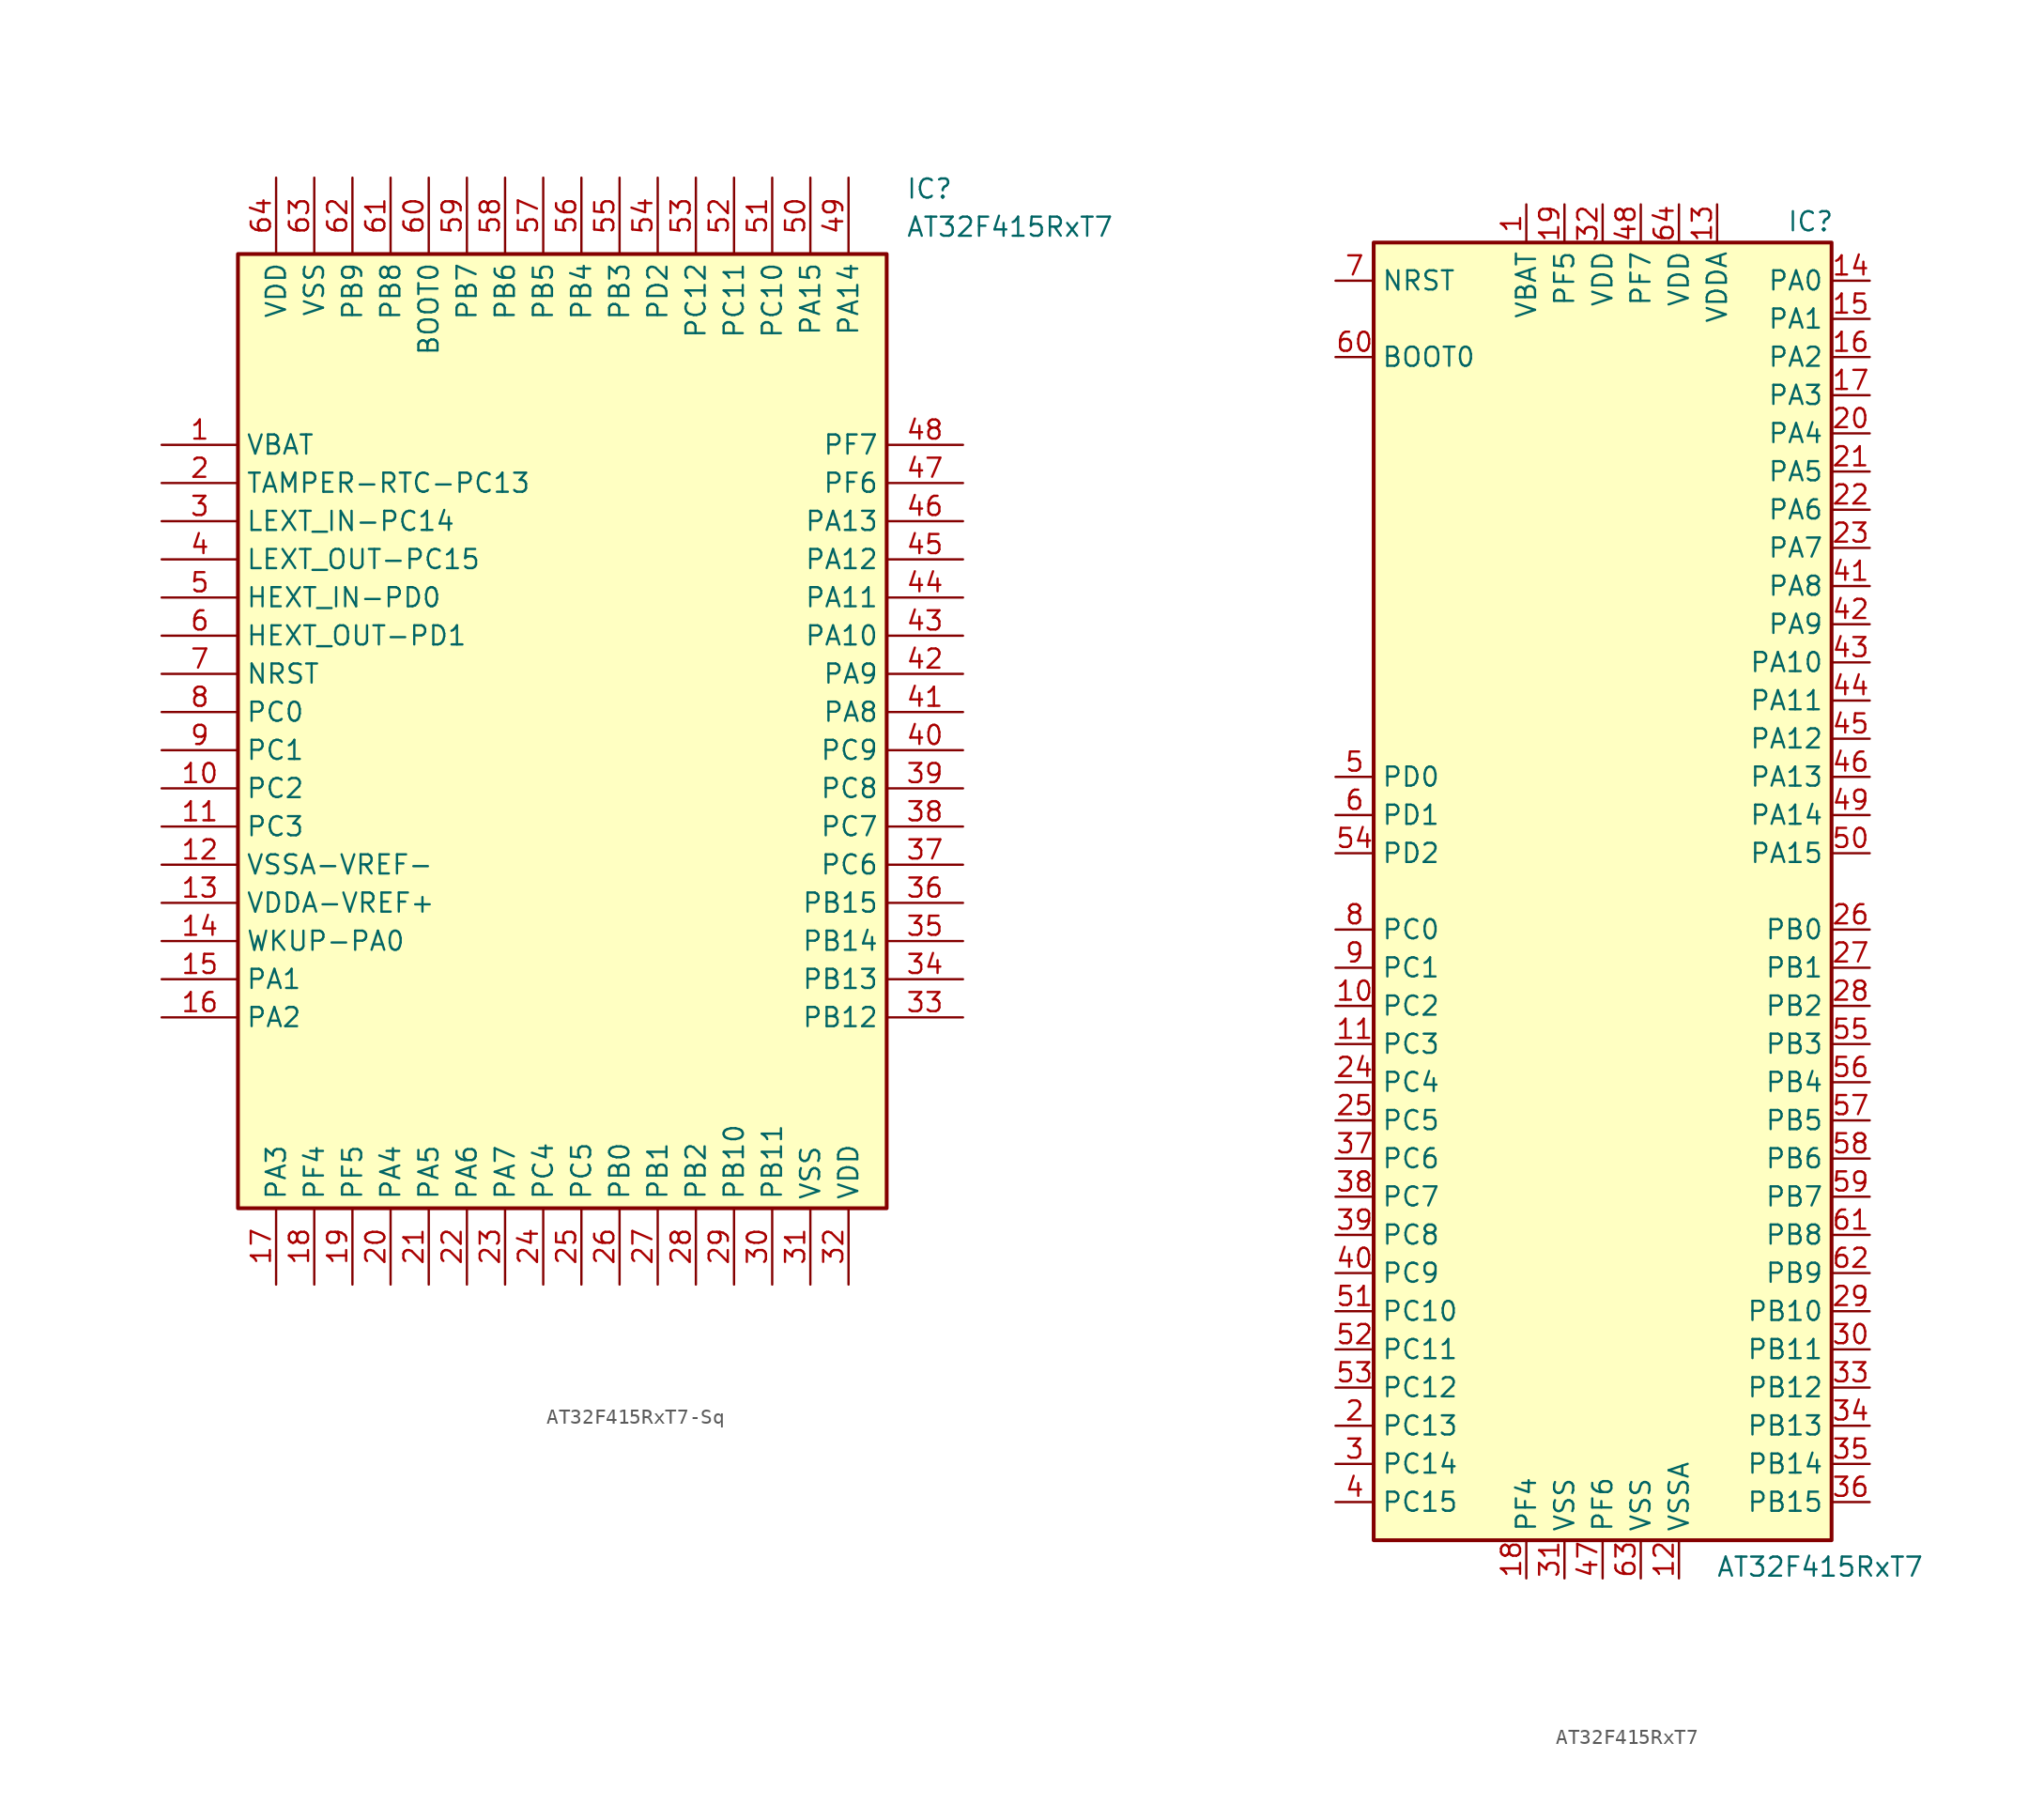
<source format=kicad_sym>
(kicad_symbol_lib
  (version 20231120)
  (generator "kicad_symbol_editor")
  (generator_version "8.0")
  (symbol "AT32F415RxT7-Sq"
    (property "Reference" "IC"
      (at 49.53 17.78 0)
      (effects (font (size 1.27 1.27)) (justify left top)))
    (property "Value" "AT32F415RxT7"
      (at 49.53 15.24 0)
      (effects (font (size 1.27 1.27)) (justify left top)))
    (symbol "AT32F415RxT7-Sq_1_1"
      (rectangle (start 5.08 12.7) (end 48.26 -50.8) (stroke (width 0.254) (type default)) (fill (type background)))
      (pin passive line (at 0 0 0) (length 5.08) (name "VBAT" (effects (font (size 1.27 1.27)))) (number "1" (effects (font (size 1.27 1.27)))))
      (pin passive line (at 0 -22.86 0) (length 5.08) (name "PC2" (effects (font (size 1.27 1.27)))) (number "10" (effects (font (size 1.27 1.27)))))
      (pin passive line (at 0 -25.4 0) (length 5.08) (name "PC3" (effects (font (size 1.27 1.27)))) (number "11" (effects (font (size 1.27 1.27)))))
      (pin passive line (at 0 -27.94 0) (length 5.08) (name "VSSA-VREF-" (effects (font (size 1.27 1.27)))) (number "12" (effects (font (size 1.27 1.27)))))
      (pin passive line (at 0 -30.48 0) (length 5.08) (name "VDDA-VREF+" (effects (font (size 1.27 1.27)))) (number "13" (effects (font (size 1.27 1.27)))))
      (pin passive line (at 0 -33.02 0) (length 5.08) (name "WKUP-PA0" (effects (font (size 1.27 1.27)))) (number "14" (effects (font (size 1.27 1.27)))))
      (pin passive line (at 0 -35.56 0) (length 5.08) (name "PA1" (effects (font (size 1.27 1.27)))) (number "15" (effects (font (size 1.27 1.27)))))
      (pin passive line (at 0 -38.1 0) (length 5.08) (name "PA2" (effects (font (size 1.27 1.27)))) (number "16" (effects (font (size 1.27 1.27)))))
      (pin passive line (at 7.62 -55.88 90) (length 5.08) (name "PA3" (effects (font (size 1.27 1.27)))) (number "17" (effects (font (size 1.27 1.27)))))
      (pin passive line (at 10.16 -55.88 90) (length 5.08) (name "PF4" (effects (font (size 1.27 1.27)))) (number "18" (effects (font (size 1.27 1.27)))))
      (pin passive line (at 12.7 -55.88 90) (length 5.08) (name "PF5" (effects (font (size 1.27 1.27)))) (number "19" (effects (font (size 1.27 1.27)))))
      (pin passive line (at 0 -2.54 0) (length 5.08) (name "TAMPER-RTC-PC13" (effects (font (size 1.27 1.27)))) (number "2" (effects (font (size 1.27 1.27)))))
      (pin passive line (at 15.24 -55.88 90) (length 5.08) (name "PA4" (effects (font (size 1.27 1.27)))) (number "20" (effects (font (size 1.27 1.27)))))
      (pin passive line (at 17.78 -55.88 90) (length 5.08) (name "PA5" (effects (font (size 1.27 1.27)))) (number "21" (effects (font (size 1.27 1.27)))))
      (pin passive line (at 20.32 -55.88 90) (length 5.08) (name "PA6" (effects (font (size 1.27 1.27)))) (number "22" (effects (font (size 1.27 1.27)))))
      (pin passive line (at 22.86 -55.88 90) (length 5.08) (name "PA7" (effects (font (size 1.27 1.27)))) (number "23" (effects (font (size 1.27 1.27)))))
      (pin passive line (at 25.4 -55.88 90) (length 5.08) (name "PC4" (effects (font (size 1.27 1.27)))) (number "24" (effects (font (size 1.27 1.27)))))
      (pin passive line (at 27.94 -55.88 90) (length 5.08) (name "PC5" (effects (font (size 1.27 1.27)))) (number "25" (effects (font (size 1.27 1.27)))))
      (pin passive line (at 30.48 -55.88 90) (length 5.08) (name "PB0" (effects (font (size 1.27 1.27)))) (number "26" (effects (font (size 1.27 1.27)))))
      (pin passive line (at 33.02 -55.88 90) (length 5.08) (name "PB1" (effects (font (size 1.27 1.27)))) (number "27" (effects (font (size 1.27 1.27)))))
      (pin passive line (at 35.56 -55.88 90) (length 5.08) (name "PB2" (effects (font (size 1.27 1.27)))) (number "28" (effects (font (size 1.27 1.27)))))
      (pin passive line (at 38.1 -55.88 90) (length 5.08) (name "PB10" (effects (font (size 1.27 1.27)))) (number "29" (effects (font (size 1.27 1.27)))))
      (pin passive line (at 0 -5.08 0) (length 5.08) (name "LEXT_IN-PC14" (effects (font (size 1.27 1.27)))) (number "3" (effects (font (size 1.27 1.27)))))
      (pin passive line (at 40.64 -55.88 90) (length 5.08) (name "PB11" (effects (font (size 1.27 1.27)))) (number "30" (effects (font (size 1.27 1.27)))))
      (pin passive line (at 43.18 -55.88 90) (length 5.08) (name "VSS" (effects (font (size 1.27 1.27)))) (number "31" (effects (font (size 1.27 1.27)))))
      (pin passive line (at 45.72 -55.88 90) (length 5.08) (name "VDD" (effects (font (size 1.27 1.27)))) (number "32" (effects (font (size 1.27 1.27)))))
      (pin passive line (at 53.34 -38.1 180) (length 5.08) (name "PB12" (effects (font (size 1.27 1.27)))) (number "33" (effects (font (size 1.27 1.27)))))
      (pin passive line (at 53.34 -35.56 180) (length 5.08) (name "PB13" (effects (font (size 1.27 1.27)))) (number "34" (effects (font (size 1.27 1.27)))))
      (pin passive line (at 53.34 -33.02 180) (length 5.08) (name "PB14" (effects (font (size 1.27 1.27)))) (number "35" (effects (font (size 1.27 1.27)))))
      (pin passive line (at 53.34 -30.48 180) (length 5.08) (name "PB15" (effects (font (size 1.27 1.27)))) (number "36" (effects (font (size 1.27 1.27)))))
      (pin passive line (at 53.34 -27.94 180) (length 5.08) (name "PC6" (effects (font (size 1.27 1.27)))) (number "37" (effects (font (size 1.27 1.27)))))
      (pin passive line (at 53.34 -25.4 180) (length 5.08) (name "PC7" (effects (font (size 1.27 1.27)))) (number "38" (effects (font (size 1.27 1.27)))))
      (pin passive line (at 53.34 -22.86 180) (length 5.08) (name "PC8" (effects (font (size 1.27 1.27)))) (number "39" (effects (font (size 1.27 1.27)))))
      (pin passive line (at 0 -7.62 0) (length 5.08) (name "LEXT_OUT-PC15" (effects (font (size 1.27 1.27)))) (number "4" (effects (font (size 1.27 1.27)))))
      (pin passive line (at 53.34 -20.32 180) (length 5.08) (name "PC9" (effects (font (size 1.27 1.27)))) (number "40" (effects (font (size 1.27 1.27)))))
      (pin passive line (at 53.34 -17.78 180) (length 5.08) (name "PA8" (effects (font (size 1.27 1.27)))) (number "41" (effects (font (size 1.27 1.27)))))
      (pin passive line (at 53.34 -15.24 180) (length 5.08) (name "PA9" (effects (font (size 1.27 1.27)))) (number "42" (effects (font (size 1.27 1.27)))))
      (pin passive line (at 53.34 -12.7 180) (length 5.08) (name "PA10" (effects (font (size 1.27 1.27)))) (number "43" (effects (font (size 1.27 1.27)))))
      (pin passive line (at 53.34 -10.16 180) (length 5.08) (name "PA11" (effects (font (size 1.27 1.27)))) (number "44" (effects (font (size 1.27 1.27)))))
      (pin passive line (at 53.34 -7.62 180) (length 5.08) (name "PA12" (effects (font (size 1.27 1.27)))) (number "45" (effects (font (size 1.27 1.27)))))
      (pin passive line (at 53.34 -5.08 180) (length 5.08) (name "PA13" (effects (font (size 1.27 1.27)))) (number "46" (effects (font (size 1.27 1.27)))))
      (pin passive line (at 53.34 -2.54 180) (length 5.08) (name "PF6" (effects (font (size 1.27 1.27)))) (number "47" (effects (font (size 1.27 1.27)))))
      (pin passive line (at 53.34 0 180) (length 5.08) (name "PF7" (effects (font (size 1.27 1.27)))) (number "48" (effects (font (size 1.27 1.27)))))
      (pin passive line (at 45.72 17.78 270) (length 5.08) (name "PA14" (effects (font (size 1.27 1.27)))) (number "49" (effects (font (size 1.27 1.27)))))
      (pin passive line (at 0 -10.16 0) (length 5.08) (name "HEXT_IN-PD0" (effects (font (size 1.27 1.27)))) (number "5" (effects (font (size 1.27 1.27)))))
      (pin passive line (at 43.18 17.78 270) (length 5.08) (name "PA15" (effects (font (size 1.27 1.27)))) (number "50" (effects (font (size 1.27 1.27)))))
      (pin passive line (at 40.64 17.78 270) (length 5.08) (name "PC10" (effects (font (size 1.27 1.27)))) (number "51" (effects (font (size 1.27 1.27)))))
      (pin passive line (at 38.1 17.78 270) (length 5.08) (name "PC11" (effects (font (size 1.27 1.27)))) (number "52" (effects (font (size 1.27 1.27)))))
      (pin passive line (at 35.56 17.78 270) (length 5.08) (name "PC12" (effects (font (size 1.27 1.27)))) (number "53" (effects (font (size 1.27 1.27)))))
      (pin passive line (at 33.02 17.78 270) (length 5.08) (name "PD2" (effects (font (size 1.27 1.27)))) (number "54" (effects (font (size 1.27 1.27)))))
      (pin passive line (at 30.48 17.78 270) (length 5.08) (name "PB3" (effects (font (size 1.27 1.27)))) (number "55" (effects (font (size 1.27 1.27)))))
      (pin passive line (at 27.94 17.78 270) (length 5.08) (name "PB4" (effects (font (size 1.27 1.27)))) (number "56" (effects (font (size 1.27 1.27)))))
      (pin passive line (at 25.4 17.78 270) (length 5.08) (name "PB5" (effects (font (size 1.27 1.27)))) (number "57" (effects (font (size 1.27 1.27)))))
      (pin passive line (at 22.86 17.78 270) (length 5.08) (name "PB6" (effects (font (size 1.27 1.27)))) (number "58" (effects (font (size 1.27 1.27)))))
      (pin passive line (at 20.32 17.78 270) (length 5.08) (name "PB7" (effects (font (size 1.27 1.27)))) (number "59" (effects (font (size 1.27 1.27)))))
      (pin passive line (at 0 -12.7 0) (length 5.08) (name "HEXT_OUT-PD1" (effects (font (size 1.27 1.27)))) (number "6" (effects (font (size 1.27 1.27)))))
      (pin passive line (at 17.78 17.78 270) (length 5.08) (name "BOOT0" (effects (font (size 1.27 1.27)))) (number "60" (effects (font (size 1.27 1.27)))))
      (pin passive line (at 15.24 17.78 270) (length 5.08) (name "PB8" (effects (font (size 1.27 1.27)))) (number "61" (effects (font (size 1.27 1.27)))))
      (pin passive line (at 12.7 17.78 270) (length 5.08) (name "PB9" (effects (font (size 1.27 1.27)))) (number "62" (effects (font (size 1.27 1.27)))))
      (pin passive line (at 10.16 17.78 270) (length 5.08) (name "VSS" (effects (font (size 1.27 1.27)))) (number "63" (effects (font (size 1.27 1.27)))))
      (pin passive line (at 7.62 17.78 270) (length 5.08) (name "VDD" (effects (font (size 1.27 1.27)))) (number "64" (effects (font (size 1.27 1.27)))))
      (pin passive line (at 0 -15.24 0) (length 5.08) (name "NRST" (effects (font (size 1.27 1.27)))) (number "7" (effects (font (size 1.27 1.27)))))
      (pin passive line (at 0 -17.78 0) (length 5.08) (name "PC0" (effects (font (size 1.27 1.27)))) (number "8" (effects (font (size 1.27 1.27)))))
      (pin passive line (at 0 -20.32 0) (length 5.08) (name "PC1" (effects (font (size 1.27 1.27)))) (number "9" (effects (font (size 1.27 1.27)))))))
  (symbol "AT32F415RxT7"
    (property "Reference" "IC"
      (at 13.843 44.577 0)
      (effects (font (size 1.27 1.27))))
    (property "Value" "AT32F415RxT7"
      (at 14.478 -44.958 0)
      (effects (font (size 1.27 1.27))))
    (symbol "AT32F415RxT7_0_1"
      (rectangle (start -15.24 -43.18) (end 15.24 43.18) (stroke (width 0.254) (type default)) (fill (type background))))
    (symbol "AT32F415RxT7_1_1"
      (pin power_in line (at -5.08 45.72 270) (length 2.54) (name "VBAT" (effects (font (size 1.27 1.27)))) (number "1" (effects (font (size 1.27 1.27)))))
      (pin bidirectional line (at -17.78 -7.62 0) (length 2.54) (name "PC2" (effects (font (size 1.27 1.27)))) (number "10" (effects (font (size 1.27 1.27)))))
      (pin bidirectional line (at -17.78 -10.16 0) (length 2.54) (name "PC3" (effects (font (size 1.27 1.27)))) (number "11" (effects (font (size 1.27 1.27)))))
      (pin power_in line (at 5.08 -45.72 90) (length 2.54) (name "VSSA" (effects (font (size 1.27 1.27)))) (number "12" (effects (font (size 1.27 1.27)))))
      (pin power_in line (at 7.62 45.72 270) (length 2.54) (name "VDDA" (effects (font (size 1.27 1.27)))) (number "13" (effects (font (size 1.27 1.27)))))
      (pin bidirectional line (at 17.78 40.64 180) (length 2.54) (name "PA0" (effects (font (size 1.27 1.27)))) (number "14" (effects (font (size 1.27 1.27)))))
      (pin bidirectional line (at 17.78 38.1 180) (length 2.54) (name "PA1" (effects (font (size 1.27 1.27)))) (number "15" (effects (font (size 1.27 1.27)))))
      (pin bidirectional line (at 17.78 35.56 180) (length 2.54) (name "PA2" (effects (font (size 1.27 1.27)))) (number "16" (effects (font (size 1.27 1.27)))))
      (pin bidirectional line (at 17.78 33.02 180) (length 2.54) (name "PA3" (effects (font (size 1.27 1.27)))) (number "17" (effects (font (size 1.27 1.27)))))
      (pin bidirectional line (at -5.08 -45.72 90) (length 2.54) (name "PF4" (effects (font (size 1.27 1.27)))) (number "18" (effects (font (size 1.27 1.27)))))
      (pin bidirectional line (at -2.54 45.72 270) (length 2.54) (name "PF5" (effects (font (size 1.27 1.27)))) (number "19" (effects (font (size 1.27 1.27)))))
      (pin bidirectional line (at -17.78 -35.56 0) (length 2.54) (name "PC13" (effects (font (size 1.27 1.27)))) (number "2" (effects (font (size 1.27 1.27)))))
      (pin bidirectional line (at 17.78 30.48 180) (length 2.54) (name "PA4" (effects (font (size 1.27 1.27)))) (number "20" (effects (font (size 1.27 1.27)))))
      (pin bidirectional line (at 17.78 27.94 180) (length 2.54) (name "PA5" (effects (font (size 1.27 1.27)))) (number "21" (effects (font (size 1.27 1.27)))))
      (pin bidirectional line (at 17.78 25.4 180) (length 2.54) (name "PA6" (effects (font (size 1.27 1.27)))) (number "22" (effects (font (size 1.27 1.27)))))
      (pin bidirectional line (at 17.78 22.86 180) (length 2.54) (name "PA7" (effects (font (size 1.27 1.27)))) (number "23" (effects (font (size 1.27 1.27)))))
      (pin bidirectional line (at -17.78 -12.7 0) (length 2.54) (name "PC4" (effects (font (size 1.27 1.27)))) (number "24" (effects (font (size 1.27 1.27)))))
      (pin bidirectional line (at -17.78 -15.24 0) (length 2.54) (name "PC5" (effects (font (size 1.27 1.27)))) (number "25" (effects (font (size 1.27 1.27)))))
      (pin bidirectional line (at 17.78 -2.54 180) (length 2.54) (name "PB0" (effects (font (size 1.27 1.27)))) (number "26" (effects (font (size 1.27 1.27)))))
      (pin bidirectional line (at 17.78 -5.08 180) (length 2.54) (name "PB1" (effects (font (size 1.27 1.27)))) (number "27" (effects (font (size 1.27 1.27)))))
      (pin bidirectional line (at 17.78 -7.62 180) (length 2.54) (name "PB2" (effects (font (size 1.27 1.27)))) (number "28" (effects (font (size 1.27 1.27)))))
      (pin bidirectional line (at 17.78 -27.94 180) (length 2.54) (name "PB10" (effects (font (size 1.27 1.27)))) (number "29" (effects (font (size 1.27 1.27)))))
      (pin bidirectional line (at -17.78 -38.1 0) (length 2.54) (name "PC14" (effects (font (size 1.27 1.27)))) (number "3" (effects (font (size 1.27 1.27)))))
      (pin bidirectional line (at 17.78 -30.48 180) (length 2.54) (name "PB11" (effects (font (size 1.27 1.27)))) (number "30" (effects (font (size 1.27 1.27)))))
      (pin power_in line (at -2.54 -45.72 90) (length 2.54) (name "VSS" (effects (font (size 1.27 1.27)))) (number "31" (effects (font (size 1.27 1.27)))))
      (pin power_in line (at 0 45.72 270) (length 2.54) (name "VDD" (effects (font (size 1.27 1.27)))) (number "32" (effects (font (size 1.27 1.27)))))
      (pin bidirectional line (at 17.78 -33.02 180) (length 2.54) (name "PB12" (effects (font (size 1.27 1.27)))) (number "33" (effects (font (size 1.27 1.27)))))
      (pin bidirectional line (at 17.78 -35.56 180) (length 2.54) (name "PB13" (effects (font (size 1.27 1.27)))) (number "34" (effects (font (size 1.27 1.27)))))
      (pin bidirectional line (at 17.78 -38.1 180) (length 2.54) (name "PB14" (effects (font (size 1.27 1.27)))) (number "35" (effects (font (size 1.27 1.27)))))
      (pin bidirectional line (at 17.78 -40.64 180) (length 2.54) (name "PB15" (effects (font (size 1.27 1.27)))) (number "36" (effects (font (size 1.27 1.27)))))
      (pin bidirectional line (at -17.78 -17.78 0) (length 2.54) (name "PC6" (effects (font (size 1.27 1.27)))) (number "37" (effects (font (size 1.27 1.27)))))
      (pin bidirectional line (at -17.78 -20.32 0) (length 2.54) (name "PC7" (effects (font (size 1.27 1.27)))) (number "38" (effects (font (size 1.27 1.27)))))
      (pin bidirectional line (at -17.78 -22.86 0) (length 2.54) (name "PC8" (effects (font (size 1.27 1.27)))) (number "39" (effects (font (size 1.27 1.27)))))
      (pin bidirectional line (at -17.78 -40.64 0) (length 2.54) (name "PC15" (effects (font (size 1.27 1.27)))) (number "4" (effects (font (size 1.27 1.27)))))
      (pin bidirectional line (at -17.78 -25.4 0) (length 2.54) (name "PC9" (effects (font (size 1.27 1.27)))) (number "40" (effects (font (size 1.27 1.27)))))
      (pin bidirectional line (at 17.78 20.32 180) (length 2.54) (name "PA8" (effects (font (size 1.27 1.27)))) (number "41" (effects (font (size 1.27 1.27)))))
      (pin bidirectional line (at 17.78 17.78 180) (length 2.54) (name "PA9" (effects (font (size 1.27 1.27)))) (number "42" (effects (font (size 1.27 1.27)))))
      (pin bidirectional line (at 17.78 15.24 180) (length 2.54) (name "PA10" (effects (font (size 1.27 1.27)))) (number "43" (effects (font (size 1.27 1.27)))))
      (pin bidirectional line (at 17.78 12.7 180) (length 2.54) (name "PA11" (effects (font (size 1.27 1.27)))) (number "44" (effects (font (size 1.27 1.27)))))
      (pin bidirectional line (at 17.78 10.16 180) (length 2.54) (name "PA12" (effects (font (size 1.27 1.27)))) (number "45" (effects (font (size 1.27 1.27)))))
      (pin bidirectional line (at 17.78 7.62 180) (length 2.54) (name "PA13" (effects (font (size 1.27 1.27)))) (number "46" (effects (font (size 1.27 1.27)))))
      (pin bidirectional line (at 0 -45.72 90) (length 2.54) (name "PF6" (effects (font (size 1.27 1.27)))) (number "47" (effects (font (size 1.27 1.27)))))
      (pin bidirectional line (at 2.54 45.72 270) (length 2.54) (name "PF7" (effects (font (size 1.27 1.27)))) (number "48" (effects (font (size 1.27 1.27)))))
      (pin bidirectional line (at 17.78 5.08 180) (length 2.54) (name "PA14" (effects (font (size 1.27 1.27)))) (number "49" (effects (font (size 1.27 1.27)))))
      (pin input line (at -17.78 7.62 0) (length 2.54) (name "PD0" (effects (font (size 1.27 1.27)))) (number "5" (effects (font (size 1.27 1.27)))))
      (pin bidirectional line (at 17.78 2.54 180) (length 2.54) (name "PA15" (effects (font (size 1.27 1.27)))) (number "50" (effects (font (size 1.27 1.27)))))
      (pin bidirectional line (at -17.78 -27.94 0) (length 2.54) (name "PC10" (effects (font (size 1.27 1.27)))) (number "51" (effects (font (size 1.27 1.27)))))
      (pin bidirectional line (at -17.78 -30.48 0) (length 2.54) (name "PC11" (effects (font (size 1.27 1.27)))) (number "52" (effects (font (size 1.27 1.27)))))
      (pin bidirectional line (at -17.78 -33.02 0) (length 2.54) (name "PC12" (effects (font (size 1.27 1.27)))) (number "53" (effects (font (size 1.27 1.27)))))
      (pin bidirectional line (at -17.78 2.54 0) (length 2.54) (name "PD2" (effects (font (size 1.27 1.27)))) (number "54" (effects (font (size 1.27 1.27)))))
      (pin bidirectional line (at 17.78 -10.16 180) (length 2.54) (name "PB3" (effects (font (size 1.27 1.27)))) (number "55" (effects (font (size 1.27 1.27)))))
      (pin bidirectional line (at 17.78 -12.7 180) (length 2.54) (name "PB4" (effects (font (size 1.27 1.27)))) (number "56" (effects (font (size 1.27 1.27)))))
      (pin bidirectional line (at 17.78 -15.24 180) (length 2.54) (name "PB5" (effects (font (size 1.27 1.27)))) (number "57" (effects (font (size 1.27 1.27)))))
      (pin bidirectional line (at 17.78 -17.78 180) (length 2.54) (name "PB6" (effects (font (size 1.27 1.27)))) (number "58" (effects (font (size 1.27 1.27)))))
      (pin bidirectional line (at 17.78 -20.32 180) (length 2.54) (name "PB7" (effects (font (size 1.27 1.27)))) (number "59" (effects (font (size 1.27 1.27)))))
      (pin input line (at -17.78 5.08 0) (length 2.54) (name "PD1" (effects (font (size 1.27 1.27)))) (number "6" (effects (font (size 1.27 1.27)))))
      (pin input line (at -17.78 35.56 0) (length 2.54) (name "BOOT0" (effects (font (size 1.27 1.27)))) (number "60" (effects (font (size 1.27 1.27)))))
      (pin bidirectional line (at 17.78 -22.86 180) (length 2.54) (name "PB8" (effects (font (size 1.27 1.27)))) (number "61" (effects (font (size 1.27 1.27)))))
      (pin bidirectional line (at 17.78 -25.4 180) (length 2.54) (name "PB9" (effects (font (size 1.27 1.27)))) (number "62" (effects (font (size 1.27 1.27)))))
      (pin power_in line (at 2.54 -45.72 90) (length 2.54) (name "VSS" (effects (font (size 1.27 1.27)))) (number "63" (effects (font (size 1.27 1.27)))))
      (pin power_in line (at 5.08 45.72 270) (length 2.54) (name "VDD" (effects (font (size 1.27 1.27)))) (number "64" (effects (font (size 1.27 1.27)))))
      (pin input line (at -17.78 40.64 0) (length 2.54) (name "NRST" (effects (font (size 1.27 1.27)))) (number "7" (effects (font (size 1.27 1.27)))))
      (pin bidirectional line (at -17.78 -2.54 0) (length 2.54) (name "PC0" (effects (font (size 1.27 1.27)))) (number "8" (effects (font (size 1.27 1.27)))))
      (pin bidirectional line (at -17.78 -5.08 0) (length 2.54) (name "PC1" (effects (font (size 1.27 1.27)))) (number "9" (effects (font (size 1.27 1.27))))))))
</source>
